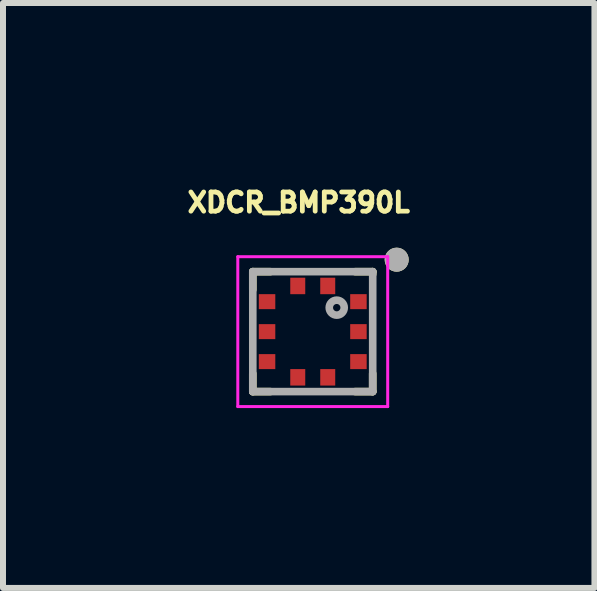
<source format=kicad_pcb>
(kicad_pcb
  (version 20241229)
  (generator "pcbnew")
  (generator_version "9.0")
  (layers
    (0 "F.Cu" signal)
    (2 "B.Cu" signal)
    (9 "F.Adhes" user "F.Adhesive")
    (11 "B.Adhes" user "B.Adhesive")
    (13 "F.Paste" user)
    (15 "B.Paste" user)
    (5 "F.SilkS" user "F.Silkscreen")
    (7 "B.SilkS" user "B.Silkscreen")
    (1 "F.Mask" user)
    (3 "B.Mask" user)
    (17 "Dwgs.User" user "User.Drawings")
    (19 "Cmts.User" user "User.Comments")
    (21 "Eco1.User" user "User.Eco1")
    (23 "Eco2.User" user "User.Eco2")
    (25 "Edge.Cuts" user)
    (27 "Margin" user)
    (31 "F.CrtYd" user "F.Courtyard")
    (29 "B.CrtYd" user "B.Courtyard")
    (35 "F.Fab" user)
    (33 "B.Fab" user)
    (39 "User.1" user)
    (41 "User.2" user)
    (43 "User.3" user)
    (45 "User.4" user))
  (footprint "XDCR_BMP390L"
    (layer "F.Cu")
    (at 2.166 2.481)
    (property "Reference" "XDCR_BMP390L" (at -0.234 -2.153 0) (layer "F.SilkS") (effects (font (size 0.32 0.32) (thickness 0.15))))
    (attr smd)
    (fp_line (start -1 -1) (end -0.708 -1) (stroke (width 0.127) (type solid)) (layer "F.SilkS"))
    (fp_line (start -1 -0.7) (end -1 -1) (stroke (width 0.127) (type solid)) (layer "F.SilkS"))
    (fp_line (start -1 1) (end -1 0.7) (stroke (width 0.127) (type solid)) (layer "F.SilkS"))
    (fp_line (start -1 1) (end -0.708 1) (stroke (width 0.127) (type solid)) (layer "F.SilkS"))
    (fp_line (start 0.708 -1) (end 1 -1) (stroke (width 0.127) (type solid)) (layer "F.SilkS"))
    (fp_line (start 1 -1) (end 1 -0.958) (stroke (width 0.127) (type solid)) (layer "F.SilkS"))
    (fp_line (start 1 0.7) (end 1 1) (stroke (width 0.127) (type solid)) (layer "F.SilkS"))
    (fp_line (start 1 1) (end 0.708 1) (stroke (width 0.127) (type solid)) (layer "F.SilkS"))
    (fp_circle (center 1.4 -1.2) (end 1.5 -1.2) (stroke (width 0.2) (type solid)) (fill no) (layer "F.SilkS"))
    (fp_line (start -1.25 -1.25) (end -1.25 1.25) (stroke (width 0.05) (type solid)) (layer "F.CrtYd"))
    (fp_line (start -1.25 1.25) (end 1.25 1.25) (stroke (width 0.05) (type solid)) (layer "F.CrtYd"))
    (fp_line (start 1.25 -1.25) (end -1.25 -1.25) (stroke (width 0.05) (type solid)) (layer "F.CrtYd"))
    (fp_line (start 1.25 1.25) (end 1.25 -1.25) (stroke (width 0.05) (type solid)) (layer "F.CrtYd"))
    (fp_line (start -1 -1) (end 1 -1) (stroke (width 0.127) (type solid)) (layer "F.Fab"))
    (fp_line (start -1 1) (end -1 -1) (stroke (width 0.127) (type solid)) (layer "F.Fab"))
    (fp_line (start 1 -1) (end 1 1) (stroke (width 0.127) (type solid)) (layer "F.Fab"))
    (fp_line (start 1 1) (end -1 1) (stroke (width 0.127) (type solid)) (layer "F.Fab"))
    (fp_circle (center 0.4 -0.4) (end 0.525 -0.4) (stroke (width 0.127) (type solid)) (fill no) (layer "F.Fab"))
    (fp_circle (center 1.4 -1.2) (end 1.5 -1.2) (stroke (width 0.2) (type solid)) (fill no) (layer "F.Fab"))
    (pad "1" smd rect (at 0.25 -0.762) (size 0.25 0.275) (layers "F.Cu" "F.Mask" "F.Paste"))
    (pad "2" smd rect (at -0.25 -0.762) (size 0.25 0.275) (layers "F.Cu" "F.Mask" "F.Paste"))
    (pad "3" smd rect (at -0.762 -0.5) (size 0.275 0.25) (layers "F.Cu" "F.Mask" "F.Paste"))
    (pad "4" smd rect (at -0.762 0) (size 0.275 0.25) (layers "F.Cu" "F.Mask" "F.Paste"))
    (pad "5" smd rect (at -0.762 0.5) (size 0.275 0.25) (layers "F.Cu" "F.Mask" "F.Paste"))
    (pad "6" smd rect (at -0.25 0.762) (size 0.25 0.275) (layers "F.Cu" "F.Mask" "F.Paste"))
    (pad "7" smd rect (at 0.25 0.762) (size 0.25 0.275) (layers "F.Cu" "F.Mask" "F.Paste"))
    (pad "8" smd rect (at 0.762 0.5) (size 0.275 0.25) (layers "F.Cu" "F.Mask" "F.Paste"))
    (pad "9" smd rect (at 0.762 0) (size 0.275 0.25) (layers "F.Cu" "F.Mask" "F.Paste"))
    (pad "10" smd rect (at 0.762 -0.5) (size 0.275 0.25) (layers "F.Cu" "F.Mask" "F.Paste")))
  (gr_rect
    (start -3 -3)
    (end 6.864 6.756)
    (stroke (width 0.1) (type default))
    (fill no)
    (layer "Edge.Cuts")))
</source>
